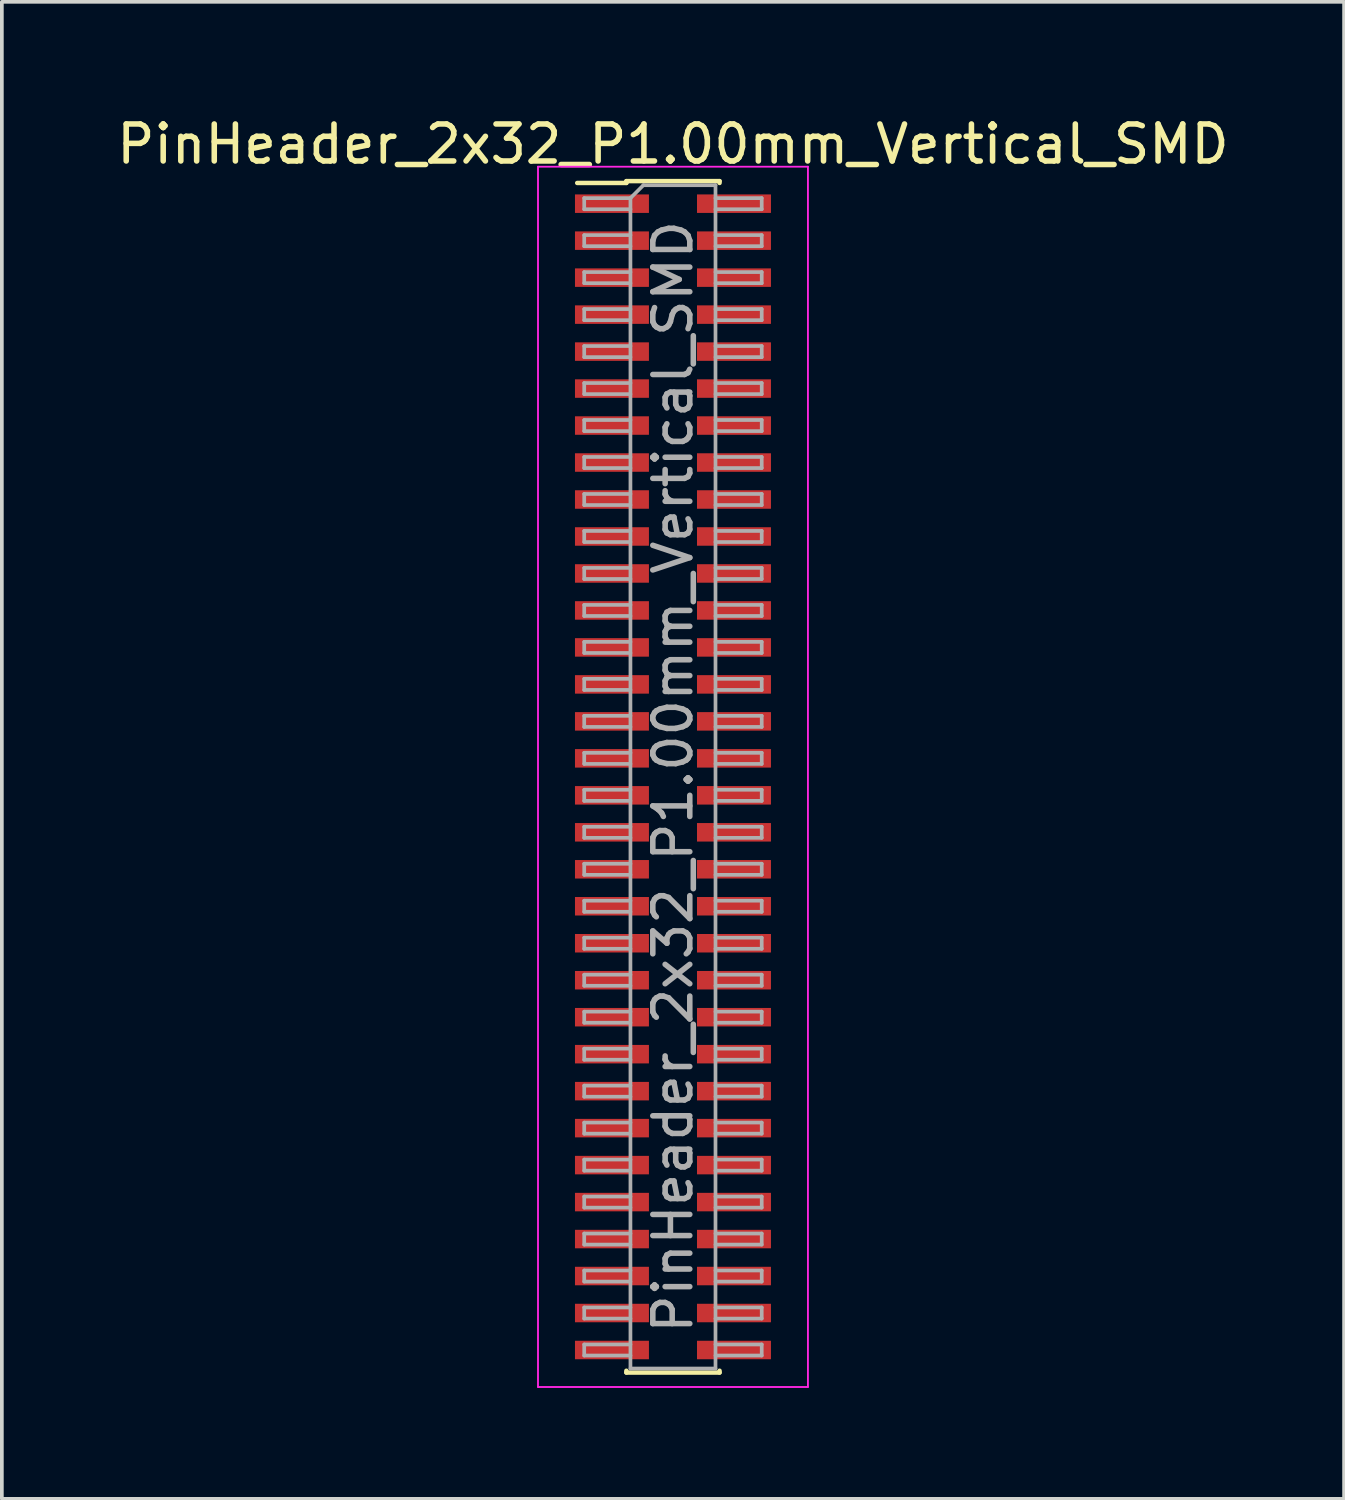
<source format=kicad_pcb>
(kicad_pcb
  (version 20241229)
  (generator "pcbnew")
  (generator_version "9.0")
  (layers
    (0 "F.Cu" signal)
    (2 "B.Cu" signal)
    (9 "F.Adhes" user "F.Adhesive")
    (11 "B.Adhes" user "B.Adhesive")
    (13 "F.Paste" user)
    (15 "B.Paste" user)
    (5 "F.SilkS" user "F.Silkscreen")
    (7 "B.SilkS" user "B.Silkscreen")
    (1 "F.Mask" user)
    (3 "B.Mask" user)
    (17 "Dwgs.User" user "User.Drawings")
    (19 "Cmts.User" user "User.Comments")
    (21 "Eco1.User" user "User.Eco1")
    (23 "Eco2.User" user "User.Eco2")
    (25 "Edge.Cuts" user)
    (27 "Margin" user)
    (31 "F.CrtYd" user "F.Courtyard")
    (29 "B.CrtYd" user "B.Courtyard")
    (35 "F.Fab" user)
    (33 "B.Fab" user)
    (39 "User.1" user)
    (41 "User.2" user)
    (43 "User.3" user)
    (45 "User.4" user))
  (footprint "PinHeader_2x32_P1.00mm_Vertical_SMD"
    (layer "F.Cu")
    (at 15.149 17.958)
    (property "Reference" "PinHeader_2x32_P1.00mm_Vertical_SMD" (at 0 -17.11 0) (layer "F.SilkS") (effects (font (size 1 1) (thickness 0.15))))
    (attr smd)
    (fp_line (start -2.59 -16.06) (end -1.26 -16.06) (stroke (width 0.12) (type solid)) (layer "F.SilkS"))
    (fp_line (start -1.26 -16.11) (end -1.26 -16.06) (stroke (width 0.12) (type solid)) (layer "F.SilkS"))
    (fp_line (start -1.26 -16.11) (end 1.26 -16.11) (stroke (width 0.12) (type solid)) (layer "F.SilkS"))
    (fp_line (start -1.26 16.06) (end -1.26 16.11) (stroke (width 0.12) (type solid)) (layer "F.SilkS"))
    (fp_line (start -1.26 16.11) (end 1.26 16.11) (stroke (width 0.12) (type solid)) (layer "F.SilkS"))
    (fp_line (start 1.26 -16.11) (end 1.26 -16.06) (stroke (width 0.12) (type solid)) (layer "F.SilkS"))
    (fp_line (start 1.26 16.06) (end 1.26 16.11) (stroke (width 0.12) (type solid)) (layer "F.SilkS"))
    (fp_line (start -3.65 -16.5) (end -3.65 16.5) (stroke (width 0.05) (type solid)) (layer "F.CrtYd"))
    (fp_line (start -3.65 16.5) (end 3.65 16.5) (stroke (width 0.05) (type solid)) (layer "F.CrtYd"))
    (fp_line (start 3.65 -16.5) (end -3.65 -16.5) (stroke (width 0.05) (type solid)) (layer "F.CrtYd"))
    (fp_line (start 3.65 16.5) (end 3.65 -16.5) (stroke (width 0.05) (type solid)) (layer "F.CrtYd"))
    (fp_line (start -2.4 -15.65) (end -2.4 -15.35) (stroke (width 0.1) (type solid)) (layer "F.Fab"))
    (fp_line (start -2.4 -15.35) (end -1.15 -15.35) (stroke (width 0.1) (type solid)) (layer "F.Fab"))
    (fp_line (start -2.4 -14.65) (end -2.4 -14.35) (stroke (width 0.1) (type solid)) (layer "F.Fab"))
    (fp_line (start -2.4 -14.35) (end -1.15 -14.35) (stroke (width 0.1) (type solid)) (layer "F.Fab"))
    (fp_line (start -2.4 -13.65) (end -2.4 -13.35) (stroke (width 0.1) (type solid)) (layer "F.Fab"))
    (fp_line (start -2.4 -13.35) (end -1.15 -13.35) (stroke (width 0.1) (type solid)) (layer "F.Fab"))
    (fp_line (start -2.4 -12.65) (end -2.4 -12.35) (stroke (width 0.1) (type solid)) (layer "F.Fab"))
    (fp_line (start -2.4 -12.35) (end -1.15 -12.35) (stroke (width 0.1) (type solid)) (layer "F.Fab"))
    (fp_line (start -2.4 -11.65) (end -2.4 -11.35) (stroke (width 0.1) (type solid)) (layer "F.Fab"))
    (fp_line (start -2.4 -11.35) (end -1.15 -11.35) (stroke (width 0.1) (type solid)) (layer "F.Fab"))
    (fp_line (start -2.4 -10.65) (end -2.4 -10.35) (stroke (width 0.1) (type solid)) (layer "F.Fab"))
    (fp_line (start -2.4 -10.35) (end -1.15 -10.35) (stroke (width 0.1) (type solid)) (layer "F.Fab"))
    (fp_line (start -2.4 -9.65) (end -2.4 -9.35) (stroke (width 0.1) (type solid)) (layer "F.Fab"))
    (fp_line (start -2.4 -9.35) (end -1.15 -9.35) (stroke (width 0.1) (type solid)) (layer "F.Fab"))
    (fp_line (start -2.4 -8.65) (end -2.4 -8.35) (stroke (width 0.1) (type solid)) (layer "F.Fab"))
    (fp_line (start -2.4 -8.35) (end -1.15 -8.35) (stroke (width 0.1) (type solid)) (layer "F.Fab"))
    (fp_line (start -2.4 -7.65) (end -2.4 -7.35) (stroke (width 0.1) (type solid)) (layer "F.Fab"))
    (fp_line (start -2.4 -7.35) (end -1.15 -7.35) (stroke (width 0.1) (type solid)) (layer "F.Fab"))
    (fp_line (start -2.4 -6.65) (end -2.4 -6.35) (stroke (width 0.1) (type solid)) (layer "F.Fab"))
    (fp_line (start -2.4 -6.35) (end -1.15 -6.35) (stroke (width 0.1) (type solid)) (layer "F.Fab"))
    (fp_line (start -2.4 -5.65) (end -2.4 -5.35) (stroke (width 0.1) (type solid)) (layer "F.Fab"))
    (fp_line (start -2.4 -5.35) (end -1.15 -5.35) (stroke (width 0.1) (type solid)) (layer "F.Fab"))
    (fp_line (start -2.4 -4.65) (end -2.4 -4.35) (stroke (width 0.1) (type solid)) (layer "F.Fab"))
    (fp_line (start -2.4 -4.35) (end -1.15 -4.35) (stroke (width 0.1) (type solid)) (layer "F.Fab"))
    (fp_line (start -2.4 -3.65) (end -2.4 -3.35) (stroke (width 0.1) (type solid)) (layer "F.Fab"))
    (fp_line (start -2.4 -3.35) (end -1.15 -3.35) (stroke (width 0.1) (type solid)) (layer "F.Fab"))
    (fp_line (start -2.4 -2.65) (end -2.4 -2.35) (stroke (width 0.1) (type solid)) (layer "F.Fab"))
    (fp_line (start -2.4 -2.35) (end -1.15 -2.35) (stroke (width 0.1) (type solid)) (layer "F.Fab"))
    (fp_line (start -2.4 -1.65) (end -2.4 -1.35) (stroke (width 0.1) (type solid)) (layer "F.Fab"))
    (fp_line (start -2.4 -1.35) (end -1.15 -1.35) (stroke (width 0.1) (type solid)) (layer "F.Fab"))
    (fp_line (start -2.4 -0.65) (end -2.4 -0.35) (stroke (width 0.1) (type solid)) (layer "F.Fab"))
    (fp_line (start -2.4 -0.35) (end -1.15 -0.35) (stroke (width 0.1) (type solid)) (layer "F.Fab"))
    (fp_line (start -2.4 0.35) (end -2.4 0.65) (stroke (width 0.1) (type solid)) (layer "F.Fab"))
    (fp_line (start -2.4 0.65) (end -1.15 0.65) (stroke (width 0.1) (type solid)) (layer "F.Fab"))
    (fp_line (start -2.4 1.35) (end -2.4 1.65) (stroke (width 0.1) (type solid)) (layer "F.Fab"))
    (fp_line (start -2.4 1.65) (end -1.15 1.65) (stroke (width 0.1) (type solid)) (layer "F.Fab"))
    (fp_line (start -2.4 2.35) (end -2.4 2.65) (stroke (width 0.1) (type solid)) (layer "F.Fab"))
    (fp_line (start -2.4 2.65) (end -1.15 2.65) (stroke (width 0.1) (type solid)) (layer "F.Fab"))
    (fp_line (start -2.4 3.35) (end -2.4 3.65) (stroke (width 0.1) (type solid)) (layer "F.Fab"))
    (fp_line (start -2.4 3.65) (end -1.15 3.65) (stroke (width 0.1) (type solid)) (layer "F.Fab"))
    (fp_line (start -2.4 4.35) (end -2.4 4.65) (stroke (width 0.1) (type solid)) (layer "F.Fab"))
    (fp_line (start -2.4 4.65) (end -1.15 4.65) (stroke (width 0.1) (type solid)) (layer "F.Fab"))
    (fp_line (start -2.4 5.35) (end -2.4 5.65) (stroke (width 0.1) (type solid)) (layer "F.Fab"))
    (fp_line (start -2.4 5.65) (end -1.15 5.65) (stroke (width 0.1) (type solid)) (layer "F.Fab"))
    (fp_line (start -2.4 6.35) (end -2.4 6.65) (stroke (width 0.1) (type solid)) (layer "F.Fab"))
    (fp_line (start -2.4 6.65) (end -1.15 6.65) (stroke (width 0.1) (type solid)) (layer "F.Fab"))
    (fp_line (start -2.4 7.35) (end -2.4 7.65) (stroke (width 0.1) (type solid)) (layer "F.Fab"))
    (fp_line (start -2.4 7.65) (end -1.15 7.65) (stroke (width 0.1) (type solid)) (layer "F.Fab"))
    (fp_line (start -2.4 8.35) (end -2.4 8.65) (stroke (width 0.1) (type solid)) (layer "F.Fab"))
    (fp_line (start -2.4 8.65) (end -1.15 8.65) (stroke (width 0.1) (type solid)) (layer "F.Fab"))
    (fp_line (start -2.4 9.35) (end -2.4 9.65) (stroke (width 0.1) (type solid)) (layer "F.Fab"))
    (fp_line (start -2.4 9.65) (end -1.15 9.65) (stroke (width 0.1) (type solid)) (layer "F.Fab"))
    (fp_line (start -2.4 10.35) (end -2.4 10.65) (stroke (width 0.1) (type solid)) (layer "F.Fab"))
    (fp_line (start -2.4 10.65) (end -1.15 10.65) (stroke (width 0.1) (type solid)) (layer "F.Fab"))
    (fp_line (start -2.4 11.35) (end -2.4 11.65) (stroke (width 0.1) (type solid)) (layer "F.Fab"))
    (fp_line (start -2.4 11.65) (end -1.15 11.65) (stroke (width 0.1) (type solid)) (layer "F.Fab"))
    (fp_line (start -2.4 12.35) (end -2.4 12.65) (stroke (width 0.1) (type solid)) (layer "F.Fab"))
    (fp_line (start -2.4 12.65) (end -1.15 12.65) (stroke (width 0.1) (type solid)) (layer "F.Fab"))
    (fp_line (start -2.4 13.35) (end -2.4 13.65) (stroke (width 0.1) (type solid)) (layer "F.Fab"))
    (fp_line (start -2.4 13.65) (end -1.15 13.65) (stroke (width 0.1) (type solid)) (layer "F.Fab"))
    (fp_line (start -2.4 14.35) (end -2.4 14.65) (stroke (width 0.1) (type solid)) (layer "F.Fab"))
    (fp_line (start -2.4 14.65) (end -1.15 14.65) (stroke (width 0.1) (type solid)) (layer "F.Fab"))
    (fp_line (start -2.4 15.35) (end -2.4 15.65) (stroke (width 0.1) (type solid)) (layer "F.Fab"))
    (fp_line (start -2.4 15.65) (end -1.15 15.65) (stroke (width 0.1) (type solid)) (layer "F.Fab"))
    (fp_line (start -1.15 -15.65) (end -2.4 -15.65) (stroke (width 0.1) (type solid)) (layer "F.Fab"))
    (fp_line (start -1.15 -15.65) (end -0.8 -16) (stroke (width 0.1) (type solid)) (layer "F.Fab"))
    (fp_line (start -1.15 -14.65) (end -2.4 -14.65) (stroke (width 0.1) (type solid)) (layer "F.Fab"))
    (fp_line (start -1.15 -13.65) (end -2.4 -13.65) (stroke (width 0.1) (type solid)) (layer "F.Fab"))
    (fp_line (start -1.15 -12.65) (end -2.4 -12.65) (stroke (width 0.1) (type solid)) (layer "F.Fab"))
    (fp_line (start -1.15 -11.65) (end -2.4 -11.65) (stroke (width 0.1) (type solid)) (layer "F.Fab"))
    (fp_line (start -1.15 -10.65) (end -2.4 -10.65) (stroke (width 0.1) (type solid)) (layer "F.Fab"))
    (fp_line (start -1.15 -9.65) (end -2.4 -9.65) (stroke (width 0.1) (type solid)) (layer "F.Fab"))
    (fp_line (start -1.15 -8.65) (end -2.4 -8.65) (stroke (width 0.1) (type solid)) (layer "F.Fab"))
    (fp_line (start -1.15 -7.65) (end -2.4 -7.65) (stroke (width 0.1) (type solid)) (layer "F.Fab"))
    (fp_line (start -1.15 -6.65) (end -2.4 -6.65) (stroke (width 0.1) (type solid)) (layer "F.Fab"))
    (fp_line (start -1.15 -5.65) (end -2.4 -5.65) (stroke (width 0.1) (type solid)) (layer "F.Fab"))
    (fp_line (start -1.15 -4.65) (end -2.4 -4.65) (stroke (width 0.1) (type solid)) (layer "F.Fab"))
    (fp_line (start -1.15 -3.65) (end -2.4 -3.65) (stroke (width 0.1) (type solid)) (layer "F.Fab"))
    (fp_line (start -1.15 -2.65) (end -2.4 -2.65) (stroke (width 0.1) (type solid)) (layer "F.Fab"))
    (fp_line (start -1.15 -1.65) (end -2.4 -1.65) (stroke (width 0.1) (type solid)) (layer "F.Fab"))
    (fp_line (start -1.15 -0.65) (end -2.4 -0.65) (stroke (width 0.1) (type solid)) (layer "F.Fab"))
    (fp_line (start -1.15 0.35) (end -2.4 0.35) (stroke (width 0.1) (type solid)) (layer "F.Fab"))
    (fp_line (start -1.15 1.35) (end -2.4 1.35) (stroke (width 0.1) (type solid)) (layer "F.Fab"))
    (fp_line (start -1.15 2.35) (end -2.4 2.35) (stroke (width 0.1) (type solid)) (layer "F.Fab"))
    (fp_line (start -1.15 3.35) (end -2.4 3.35) (stroke (width 0.1) (type solid)) (layer "F.Fab"))
    (fp_line (start -1.15 4.35) (end -2.4 4.35) (stroke (width 0.1) (type solid)) (layer "F.Fab"))
    (fp_line (start -1.15 5.35) (end -2.4 5.35) (stroke (width 0.1) (type solid)) (layer "F.Fab"))
    (fp_line (start -1.15 6.35) (end -2.4 6.35) (stroke (width 0.1) (type solid)) (layer "F.Fab"))
    (fp_line (start -1.15 7.35) (end -2.4 7.35) (stroke (width 0.1) (type solid)) (layer "F.Fab"))
    (fp_line (start -1.15 8.35) (end -2.4 8.35) (stroke (width 0.1) (type solid)) (layer "F.Fab"))
    (fp_line (start -1.15 9.35) (end -2.4 9.35) (stroke (width 0.1) (type solid)) (layer "F.Fab"))
    (fp_line (start -1.15 10.35) (end -2.4 10.35) (stroke (width 0.1) (type solid)) (layer "F.Fab"))
    (fp_line (start -1.15 11.35) (end -2.4 11.35) (stroke (width 0.1) (type solid)) (layer "F.Fab"))
    (fp_line (start -1.15 12.35) (end -2.4 12.35) (stroke (width 0.1) (type solid)) (layer "F.Fab"))
    (fp_line (start -1.15 13.35) (end -2.4 13.35) (stroke (width 0.1) (type solid)) (layer "F.Fab"))
    (fp_line (start -1.15 14.35) (end -2.4 14.35) (stroke (width 0.1) (type solid)) (layer "F.Fab"))
    (fp_line (start -1.15 15.35) (end -2.4 15.35) (stroke (width 0.1) (type solid)) (layer "F.Fab"))
    (fp_line (start -1.15 16) (end -1.15 -15.65) (stroke (width 0.1) (type solid)) (layer "F.Fab"))
    (fp_line (start -0.8 -16) (end 1.15 -16) (stroke (width 0.1) (type solid)) (layer "F.Fab"))
    (fp_line (start 1.15 -16) (end 1.15 16) (stroke (width 0.1) (type solid)) (layer "F.Fab"))
    (fp_line (start 1.15 -15.65) (end 2.4 -15.65) (stroke (width 0.1) (type solid)) (layer "F.Fab"))
    (fp_line (start 1.15 -14.65) (end 2.4 -14.65) (stroke (width 0.1) (type solid)) (layer "F.Fab"))
    (fp_line (start 1.15 -13.65) (end 2.4 -13.65) (stroke (width 0.1) (type solid)) (layer "F.Fab"))
    (fp_line (start 1.15 -12.65) (end 2.4 -12.65) (stroke (width 0.1) (type solid)) (layer "F.Fab"))
    (fp_line (start 1.15 -11.65) (end 2.4 -11.65) (stroke (width 0.1) (type solid)) (layer "F.Fab"))
    (fp_line (start 1.15 -10.65) (end 2.4 -10.65) (stroke (width 0.1) (type solid)) (layer "F.Fab"))
    (fp_line (start 1.15 -9.65) (end 2.4 -9.65) (stroke (width 0.1) (type solid)) (layer "F.Fab"))
    (fp_line (start 1.15 -8.65) (end 2.4 -8.65) (stroke (width 0.1) (type solid)) (layer "F.Fab"))
    (fp_line (start 1.15 -7.65) (end 2.4 -7.65) (stroke (width 0.1) (type solid)) (layer "F.Fab"))
    (fp_line (start 1.15 -6.65) (end 2.4 -6.65) (stroke (width 0.1) (type solid)) (layer "F.Fab"))
    (fp_line (start 1.15 -5.65) (end 2.4 -5.65) (stroke (width 0.1) (type solid)) (layer "F.Fab"))
    (fp_line (start 1.15 -4.65) (end 2.4 -4.65) (stroke (width 0.1) (type solid)) (layer "F.Fab"))
    (fp_line (start 1.15 -3.65) (end 2.4 -3.65) (stroke (width 0.1) (type solid)) (layer "F.Fab"))
    (fp_line (start 1.15 -2.65) (end 2.4 -2.65) (stroke (width 0.1) (type solid)) (layer "F.Fab"))
    (fp_line (start 1.15 -1.65) (end 2.4 -1.65) (stroke (width 0.1) (type solid)) (layer "F.Fab"))
    (fp_line (start 1.15 -0.65) (end 2.4 -0.65) (stroke (width 0.1) (type solid)) (layer "F.Fab"))
    (fp_line (start 1.15 0.35) (end 2.4 0.35) (stroke (width 0.1) (type solid)) (layer "F.Fab"))
    (fp_line (start 1.15 1.35) (end 2.4 1.35) (stroke (width 0.1) (type solid)) (layer "F.Fab"))
    (fp_line (start 1.15 2.35) (end 2.4 2.35) (stroke (width 0.1) (type solid)) (layer "F.Fab"))
    (fp_line (start 1.15 3.35) (end 2.4 3.35) (stroke (width 0.1) (type solid)) (layer "F.Fab"))
    (fp_line (start 1.15 4.35) (end 2.4 4.35) (stroke (width 0.1) (type solid)) (layer "F.Fab"))
    (fp_line (start 1.15 5.35) (end 2.4 5.35) (stroke (width 0.1) (type solid)) (layer "F.Fab"))
    (fp_line (start 1.15 6.35) (end 2.4 6.35) (stroke (width 0.1) (type solid)) (layer "F.Fab"))
    (fp_line (start 1.15 7.35) (end 2.4 7.35) (stroke (width 0.1) (type solid)) (layer "F.Fab"))
    (fp_line (start 1.15 8.35) (end 2.4 8.35) (stroke (width 0.1) (type solid)) (layer "F.Fab"))
    (fp_line (start 1.15 9.35) (end 2.4 9.35) (stroke (width 0.1) (type solid)) (layer "F.Fab"))
    (fp_line (start 1.15 10.35) (end 2.4 10.35) (stroke (width 0.1) (type solid)) (layer "F.Fab"))
    (fp_line (start 1.15 11.35) (end 2.4 11.35) (stroke (width 0.1) (type solid)) (layer "F.Fab"))
    (fp_line (start 1.15 12.35) (end 2.4 12.35) (stroke (width 0.1) (type solid)) (layer "F.Fab"))
    (fp_line (start 1.15 13.35) (end 2.4 13.35) (stroke (width 0.1) (type solid)) (layer "F.Fab"))
    (fp_line (start 1.15 14.35) (end 2.4 14.35) (stroke (width 0.1) (type solid)) (layer "F.Fab"))
    (fp_line (start 1.15 15.35) (end 2.4 15.35) (stroke (width 0.1) (type solid)) (layer "F.Fab"))
    (fp_line (start 1.15 16) (end -1.15 16) (stroke (width 0.1) (type solid)) (layer "F.Fab"))
    (fp_line (start 2.4 -15.65) (end 2.4 -15.35) (stroke (width 0.1) (type solid)) (layer "F.Fab"))
    (fp_line (start 2.4 -15.35) (end 1.15 -15.35) (stroke (width 0.1) (type solid)) (layer "F.Fab"))
    (fp_line (start 2.4 -14.65) (end 2.4 -14.35) (stroke (width 0.1) (type solid)) (layer "F.Fab"))
    (fp_line (start 2.4 -14.35) (end 1.15 -14.35) (stroke (width 0.1) (type solid)) (layer "F.Fab"))
    (fp_line (start 2.4 -13.65) (end 2.4 -13.35) (stroke (width 0.1) (type solid)) (layer "F.Fab"))
    (fp_line (start 2.4 -13.35) (end 1.15 -13.35) (stroke (width 0.1) (type solid)) (layer "F.Fab"))
    (fp_line (start 2.4 -12.65) (end 2.4 -12.35) (stroke (width 0.1) (type solid)) (layer "F.Fab"))
    (fp_line (start 2.4 -12.35) (end 1.15 -12.35) (stroke (width 0.1) (type solid)) (layer "F.Fab"))
    (fp_line (start 2.4 -11.65) (end 2.4 -11.35) (stroke (width 0.1) (type solid)) (layer "F.Fab"))
    (fp_line (start 2.4 -11.35) (end 1.15 -11.35) (stroke (width 0.1) (type solid)) (layer "F.Fab"))
    (fp_line (start 2.4 -10.65) (end 2.4 -10.35) (stroke (width 0.1) (type solid)) (layer "F.Fab"))
    (fp_line (start 2.4 -10.35) (end 1.15 -10.35) (stroke (width 0.1) (type solid)) (layer "F.Fab"))
    (fp_line (start 2.4 -9.65) (end 2.4 -9.35) (stroke (width 0.1) (type solid)) (layer "F.Fab"))
    (fp_line (start 2.4 -9.35) (end 1.15 -9.35) (stroke (width 0.1) (type solid)) (layer "F.Fab"))
    (fp_line (start 2.4 -8.65) (end 2.4 -8.35) (stroke (width 0.1) (type solid)) (layer "F.Fab"))
    (fp_line (start 2.4 -8.35) (end 1.15 -8.35) (stroke (width 0.1) (type solid)) (layer "F.Fab"))
    (fp_line (start 2.4 -7.65) (end 2.4 -7.35) (stroke (width 0.1) (type solid)) (layer "F.Fab"))
    (fp_line (start 2.4 -7.35) (end 1.15 -7.35) (stroke (width 0.1) (type solid)) (layer "F.Fab"))
    (fp_line (start 2.4 -6.65) (end 2.4 -6.35) (stroke (width 0.1) (type solid)) (layer "F.Fab"))
    (fp_line (start 2.4 -6.35) (end 1.15 -6.35) (stroke (width 0.1) (type solid)) (layer "F.Fab"))
    (fp_line (start 2.4 -5.65) (end 2.4 -5.35) (stroke (width 0.1) (type solid)) (layer "F.Fab"))
    (fp_line (start 2.4 -5.35) (end 1.15 -5.35) (stroke (width 0.1) (type solid)) (layer "F.Fab"))
    (fp_line (start 2.4 -4.65) (end 2.4 -4.35) (stroke (width 0.1) (type solid)) (layer "F.Fab"))
    (fp_line (start 2.4 -4.35) (end 1.15 -4.35) (stroke (width 0.1) (type solid)) (layer "F.Fab"))
    (fp_line (start 2.4 -3.65) (end 2.4 -3.35) (stroke (width 0.1) (type solid)) (layer "F.Fab"))
    (fp_line (start 2.4 -3.35) (end 1.15 -3.35) (stroke (width 0.1) (type solid)) (layer "F.Fab"))
    (fp_line (start 2.4 -2.65) (end 2.4 -2.35) (stroke (width 0.1) (type solid)) (layer "F.Fab"))
    (fp_line (start 2.4 -2.35) (end 1.15 -2.35) (stroke (width 0.1) (type solid)) (layer "F.Fab"))
    (fp_line (start 2.4 -1.65) (end 2.4 -1.35) (stroke (width 0.1) (type solid)) (layer "F.Fab"))
    (fp_line (start 2.4 -1.35) (end 1.15 -1.35) (stroke (width 0.1) (type solid)) (layer "F.Fab"))
    (fp_line (start 2.4 -0.65) (end 2.4 -0.35) (stroke (width 0.1) (type solid)) (layer "F.Fab"))
    (fp_line (start 2.4 -0.35) (end 1.15 -0.35) (stroke (width 0.1) (type solid)) (layer "F.Fab"))
    (fp_line (start 2.4 0.35) (end 2.4 0.65) (stroke (width 0.1) (type solid)) (layer "F.Fab"))
    (fp_line (start 2.4 0.65) (end 1.15 0.65) (stroke (width 0.1) (type solid)) (layer "F.Fab"))
    (fp_line (start 2.4 1.35) (end 2.4 1.65) (stroke (width 0.1) (type solid)) (layer "F.Fab"))
    (fp_line (start 2.4 1.65) (end 1.15 1.65) (stroke (width 0.1) (type solid)) (layer "F.Fab"))
    (fp_line (start 2.4 2.35) (end 2.4 2.65) (stroke (width 0.1) (type solid)) (layer "F.Fab"))
    (fp_line (start 2.4 2.65) (end 1.15 2.65) (stroke (width 0.1) (type solid)) (layer "F.Fab"))
    (fp_line (start 2.4 3.35) (end 2.4 3.65) (stroke (width 0.1) (type solid)) (layer "F.Fab"))
    (fp_line (start 2.4 3.65) (end 1.15 3.65) (stroke (width 0.1) (type solid)) (layer "F.Fab"))
    (fp_line (start 2.4 4.35) (end 2.4 4.65) (stroke (width 0.1) (type solid)) (layer "F.Fab"))
    (fp_line (start 2.4 4.65) (end 1.15 4.65) (stroke (width 0.1) (type solid)) (layer "F.Fab"))
    (fp_line (start 2.4 5.35) (end 2.4 5.65) (stroke (width 0.1) (type solid)) (layer "F.Fab"))
    (fp_line (start 2.4 5.65) (end 1.15 5.65) (stroke (width 0.1) (type solid)) (layer "F.Fab"))
    (fp_line (start 2.4 6.35) (end 2.4 6.65) (stroke (width 0.1) (type solid)) (layer "F.Fab"))
    (fp_line (start 2.4 6.65) (end 1.15 6.65) (stroke (width 0.1) (type solid)) (layer "F.Fab"))
    (fp_line (start 2.4 7.35) (end 2.4 7.65) (stroke (width 0.1) (type solid)) (layer "F.Fab"))
    (fp_line (start 2.4 7.65) (end 1.15 7.65) (stroke (width 0.1) (type solid)) (layer "F.Fab"))
    (fp_line (start 2.4 8.35) (end 2.4 8.65) (stroke (width 0.1) (type solid)) (layer "F.Fab"))
    (fp_line (start 2.4 8.65) (end 1.15 8.65) (stroke (width 0.1) (type solid)) (layer "F.Fab"))
    (fp_line (start 2.4 9.35) (end 2.4 9.65) (stroke (width 0.1) (type solid)) (layer "F.Fab"))
    (fp_line (start 2.4 9.65) (end 1.15 9.65) (stroke (width 0.1) (type solid)) (layer "F.Fab"))
    (fp_line (start 2.4 10.35) (end 2.4 10.65) (stroke (width 0.1) (type solid)) (layer "F.Fab"))
    (fp_line (start 2.4 10.65) (end 1.15 10.65) (stroke (width 0.1) (type solid)) (layer "F.Fab"))
    (fp_line (start 2.4 11.35) (end 2.4 11.65) (stroke (width 0.1) (type solid)) (layer "F.Fab"))
    (fp_line (start 2.4 11.65) (end 1.15 11.65) (stroke (width 0.1) (type solid)) (layer "F.Fab"))
    (fp_line (start 2.4 12.35) (end 2.4 12.65) (stroke (width 0.1) (type solid)) (layer "F.Fab"))
    (fp_line (start 2.4 12.65) (end 1.15 12.65) (stroke (width 0.1) (type solid)) (layer "F.Fab"))
    (fp_line (start 2.4 13.35) (end 2.4 13.65) (stroke (width 0.1) (type solid)) (layer "F.Fab"))
    (fp_line (start 2.4 13.65) (end 1.15 13.65) (stroke (width 0.1) (type solid)) (layer "F.Fab"))
    (fp_line (start 2.4 14.35) (end 2.4 14.65) (stroke (width 0.1) (type solid)) (layer "F.Fab"))
    (fp_line (start 2.4 14.65) (end 1.15 14.65) (stroke (width 0.1) (type solid)) (layer "F.Fab"))
    (fp_line (start 2.4 15.35) (end 2.4 15.65) (stroke (width 0.1) (type solid)) (layer "F.Fab"))
    (fp_line (start 2.4 15.65) (end 1.15 15.65) (stroke (width 0.1) (type solid)) (layer "F.Fab"))
    (fp_text user "${REFERENCE}" (at 0 0 90) (layer "F.Fab") (effects (font (size 1 1) (thickness 0.15))))
    (pad "1" smd rect (at -1.65 -15.5) (size 2 0.5) (layers "F.Cu" "F.Mask" "F.Paste"))
    (pad "2" smd rect (at 1.65 -15.5) (size 2 0.5) (layers "F.Cu" "F.Mask" "F.Paste"))
    (pad "3" smd rect (at -1.65 -14.5) (size 2 0.5) (layers "F.Cu" "F.Mask" "F.Paste"))
    (pad "4" smd rect (at 1.65 -14.5) (size 2 0.5) (layers "F.Cu" "F.Mask" "F.Paste"))
    (pad "5" smd rect (at -1.65 -13.5) (size 2 0.5) (layers "F.Cu" "F.Mask" "F.Paste"))
    (pad "6" smd rect (at 1.65 -13.5) (size 2 0.5) (layers "F.Cu" "F.Mask" "F.Paste"))
    (pad "7" smd rect (at -1.65 -12.5) (size 2 0.5) (layers "F.Cu" "F.Mask" "F.Paste"))
    (pad "8" smd rect (at 1.65 -12.5) (size 2 0.5) (layers "F.Cu" "F.Mask" "F.Paste"))
    (pad "9" smd rect (at -1.65 -11.5) (size 2 0.5) (layers "F.Cu" "F.Mask" "F.Paste"))
    (pad "10" smd rect (at 1.65 -11.5) (size 2 0.5) (layers "F.Cu" "F.Mask" "F.Paste"))
    (pad "11" smd rect (at -1.65 -10.5) (size 2 0.5) (layers "F.Cu" "F.Mask" "F.Paste"))
    (pad "12" smd rect (at 1.65 -10.5) (size 2 0.5) (layers "F.Cu" "F.Mask" "F.Paste"))
    (pad "13" smd rect (at -1.65 -9.5) (size 2 0.5) (layers "F.Cu" "F.Mask" "F.Paste"))
    (pad "14" smd rect (at 1.65 -9.5) (size 2 0.5) (layers "F.Cu" "F.Mask" "F.Paste"))
    (pad "15" smd rect (at -1.65 -8.5) (size 2 0.5) (layers "F.Cu" "F.Mask" "F.Paste"))
    (pad "16" smd rect (at 1.65 -8.5) (size 2 0.5) (layers "F.Cu" "F.Mask" "F.Paste"))
    (pad "17" smd rect (at -1.65 -7.5) (size 2 0.5) (layers "F.Cu" "F.Mask" "F.Paste"))
    (pad "18" smd rect (at 1.65 -7.5) (size 2 0.5) (layers "F.Cu" "F.Mask" "F.Paste"))
    (pad "19" smd rect (at -1.65 -6.5) (size 2 0.5) (layers "F.Cu" "F.Mask" "F.Paste"))
    (pad "20" smd rect (at 1.65 -6.5) (size 2 0.5) (layers "F.Cu" "F.Mask" "F.Paste"))
    (pad "21" smd rect (at -1.65 -5.5) (size 2 0.5) (layers "F.Cu" "F.Mask" "F.Paste"))
    (pad "22" smd rect (at 1.65 -5.5) (size 2 0.5) (layers "F.Cu" "F.Mask" "F.Paste"))
    (pad "23" smd rect (at -1.65 -4.5) (size 2 0.5) (layers "F.Cu" "F.Mask" "F.Paste"))
    (pad "24" smd rect (at 1.65 -4.5) (size 2 0.5) (layers "F.Cu" "F.Mask" "F.Paste"))
    (pad "25" smd rect (at -1.65 -3.5) (size 2 0.5) (layers "F.Cu" "F.Mask" "F.Paste"))
    (pad "26" smd rect (at 1.65 -3.5) (size 2 0.5) (layers "F.Cu" "F.Mask" "F.Paste"))
    (pad "27" smd rect (at -1.65 -2.5) (size 2 0.5) (layers "F.Cu" "F.Mask" "F.Paste"))
    (pad "28" smd rect (at 1.65 -2.5) (size 2 0.5) (layers "F.Cu" "F.Mask" "F.Paste"))
    (pad "29" smd rect (at -1.65 -1.5) (size 2 0.5) (layers "F.Cu" "F.Mask" "F.Paste"))
    (pad "30" smd rect (at 1.65 -1.5) (size 2 0.5) (layers "F.Cu" "F.Mask" "F.Paste"))
    (pad "31" smd rect (at -1.65 -0.5) (size 2 0.5) (layers "F.Cu" "F.Mask" "F.Paste"))
    (pad "32" smd rect (at 1.65 -0.5) (size 2 0.5) (layers "F.Cu" "F.Mask" "F.Paste"))
    (pad "33" smd rect (at -1.65 0.5) (size 2 0.5) (layers "F.Cu" "F.Mask" "F.Paste"))
    (pad "34" smd rect (at 1.65 0.5) (size 2 0.5) (layers "F.Cu" "F.Mask" "F.Paste"))
    (pad "35" smd rect (at -1.65 1.5) (size 2 0.5) (layers "F.Cu" "F.Mask" "F.Paste"))
    (pad "36" smd rect (at 1.65 1.5) (size 2 0.5) (layers "F.Cu" "F.Mask" "F.Paste"))
    (pad "37" smd rect (at -1.65 2.5) (size 2 0.5) (layers "F.Cu" "F.Mask" "F.Paste"))
    (pad "38" smd rect (at 1.65 2.5) (size 2 0.5) (layers "F.Cu" "F.Mask" "F.Paste"))
    (pad "39" smd rect (at -1.65 3.5) (size 2 0.5) (layers "F.Cu" "F.Mask" "F.Paste"))
    (pad "40" smd rect (at 1.65 3.5) (size 2 0.5) (layers "F.Cu" "F.Mask" "F.Paste"))
    (pad "41" smd rect (at -1.65 4.5) (size 2 0.5) (layers "F.Cu" "F.Mask" "F.Paste"))
    (pad "42" smd rect (at 1.65 4.5) (size 2 0.5) (layers "F.Cu" "F.Mask" "F.Paste"))
    (pad "43" smd rect (at -1.65 5.5) (size 2 0.5) (layers "F.Cu" "F.Mask" "F.Paste"))
    (pad "44" smd rect (at 1.65 5.5) (size 2 0.5) (layers "F.Cu" "F.Mask" "F.Paste"))
    (pad "45" smd rect (at -1.65 6.5) (size 2 0.5) (layers "F.Cu" "F.Mask" "F.Paste"))
    (pad "46" smd rect (at 1.65 6.5) (size 2 0.5) (layers "F.Cu" "F.Mask" "F.Paste"))
    (pad "47" smd rect (at -1.65 7.5) (size 2 0.5) (layers "F.Cu" "F.Mask" "F.Paste"))
    (pad "48" smd rect (at 1.65 7.5) (size 2 0.5) (layers "F.Cu" "F.Mask" "F.Paste"))
    (pad "49" smd rect (at -1.65 8.5) (size 2 0.5) (layers "F.Cu" "F.Mask" "F.Paste"))
    (pad "50" smd rect (at 1.65 8.5) (size 2 0.5) (layers "F.Cu" "F.Mask" "F.Paste"))
    (pad "51" smd rect (at -1.65 9.5) (size 2 0.5) (layers "F.Cu" "F.Mask" "F.Paste"))
    (pad "52" smd rect (at 1.65 9.5) (size 2 0.5) (layers "F.Cu" "F.Mask" "F.Paste"))
    (pad "53" smd rect (at -1.65 10.5) (size 2 0.5) (layers "F.Cu" "F.Mask" "F.Paste"))
    (pad "54" smd rect (at 1.65 10.5) (size 2 0.5) (layers "F.Cu" "F.Mask" "F.Paste"))
    (pad "55" smd rect (at -1.65 11.5) (size 2 0.5) (layers "F.Cu" "F.Mask" "F.Paste"))
    (pad "56" smd rect (at 1.65 11.5) (size 2 0.5) (layers "F.Cu" "F.Mask" "F.Paste"))
    (pad "57" smd rect (at -1.65 12.5) (size 2 0.5) (layers "F.Cu" "F.Mask" "F.Paste"))
    (pad "58" smd rect (at 1.65 12.5) (size 2 0.5) (layers "F.Cu" "F.Mask" "F.Paste"))
    (pad "59" smd rect (at -1.65 13.5) (size 2 0.5) (layers "F.Cu" "F.Mask" "F.Paste"))
    (pad "60" smd rect (at 1.65 13.5) (size 2 0.5) (layers "F.Cu" "F.Mask" "F.Paste"))
    (pad "61" smd rect (at -1.65 14.5) (size 2 0.5) (layers "F.Cu" "F.Mask" "F.Paste"))
    (pad "62" smd rect (at 1.65 14.5) (size 2 0.5) (layers "F.Cu" "F.Mask" "F.Paste"))
    (pad "63" smd rect (at -1.65 15.5) (size 2 0.5) (layers "F.Cu" "F.Mask" "F.Paste"))
    (pad "64" smd rect (at 1.65 15.5) (size 2 0.5) (layers "F.Cu" "F.Mask" "F.Paste")))
  (gr_rect
    (start -3 -3)
    (end 33.298 37.483)
    (stroke (width 0.1) (type default))
    (fill no)
    (layer "Edge.Cuts")))
</source>
